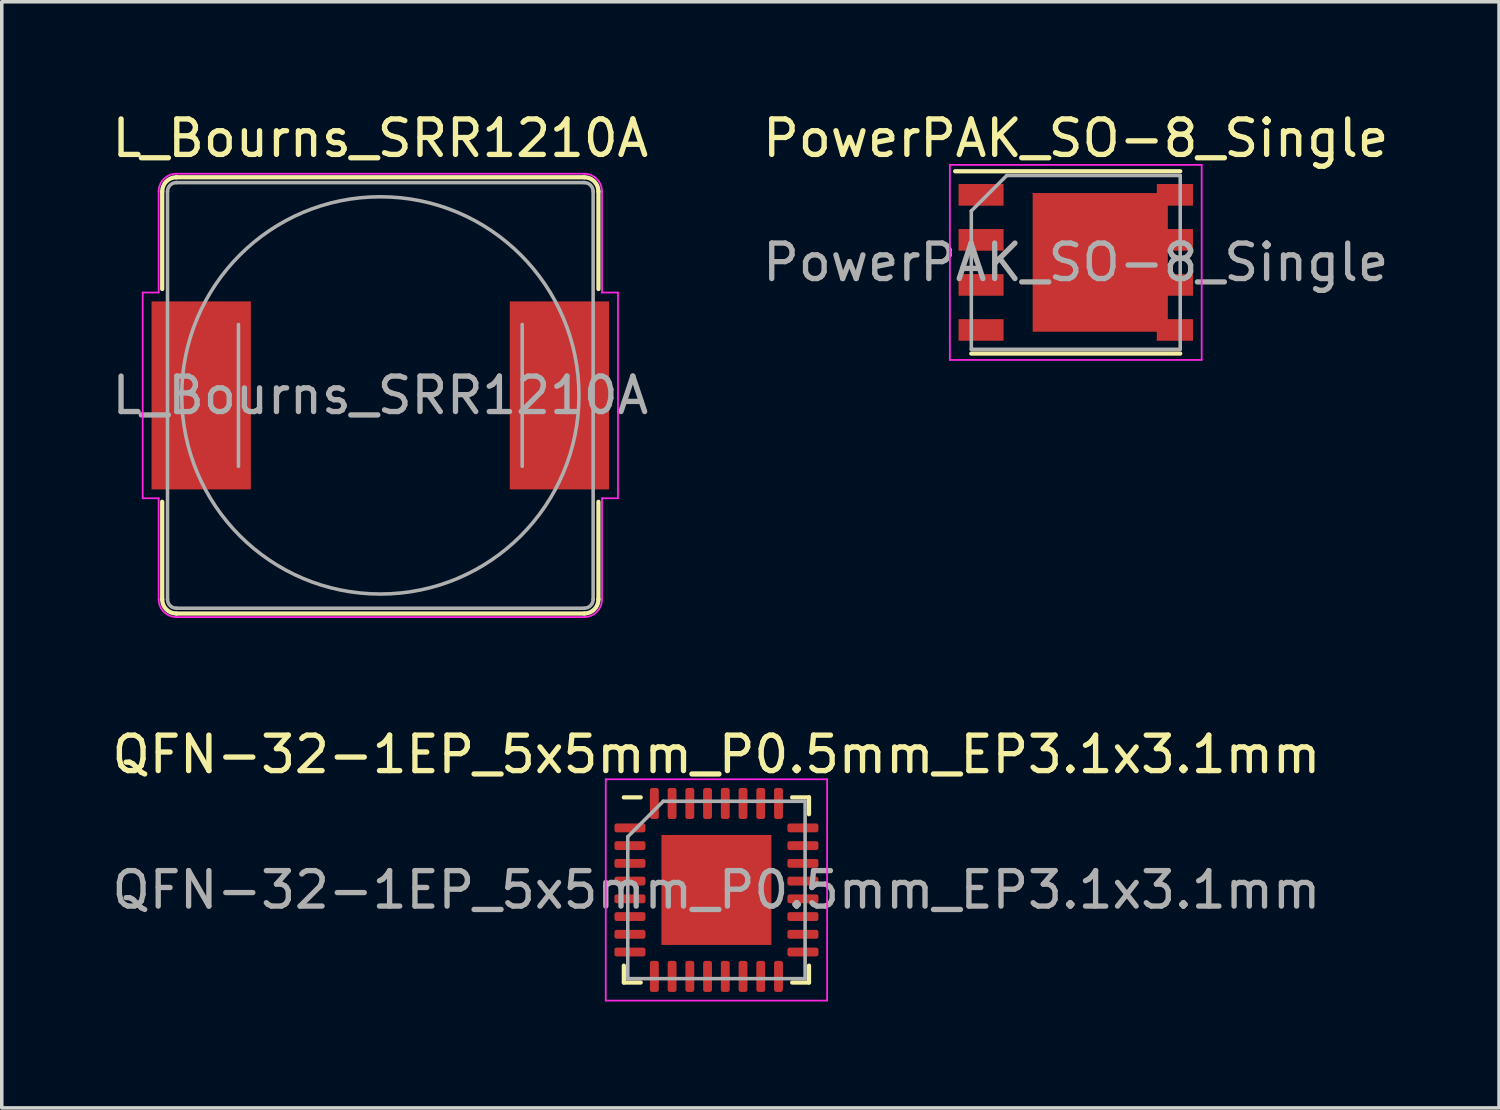
<source format=kicad_pcb>
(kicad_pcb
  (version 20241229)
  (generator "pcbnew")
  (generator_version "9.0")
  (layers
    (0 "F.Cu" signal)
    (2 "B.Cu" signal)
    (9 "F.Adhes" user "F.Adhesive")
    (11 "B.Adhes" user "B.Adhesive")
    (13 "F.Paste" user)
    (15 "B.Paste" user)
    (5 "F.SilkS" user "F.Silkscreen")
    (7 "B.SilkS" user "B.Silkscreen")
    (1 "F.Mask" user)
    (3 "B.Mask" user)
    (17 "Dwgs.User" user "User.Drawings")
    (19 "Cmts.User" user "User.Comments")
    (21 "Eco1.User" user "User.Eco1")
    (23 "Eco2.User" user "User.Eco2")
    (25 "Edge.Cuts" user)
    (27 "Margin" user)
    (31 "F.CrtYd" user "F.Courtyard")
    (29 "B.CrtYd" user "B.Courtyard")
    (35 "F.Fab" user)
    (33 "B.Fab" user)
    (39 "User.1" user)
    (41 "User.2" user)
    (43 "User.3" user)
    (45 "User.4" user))
  (footprint "L_Bourns_SRR1210A"
    (layer "F.Cu")
    (at 7.673 8.098)
    (property "Reference" "L_Bourns_SRR1210A" (at 0 -7.25 0) (layer "F.SilkS") (effects (font (size 1 1) (thickness 0.15))))
    (attr smd)
    (fp_line (start -6.15 -5.75) (end -6.15 -3) (stroke (width 0.12) (type solid)) (layer "F.SilkS"))
    (fp_line (start -6.15 3) (end -6.15 5.75) (stroke (width 0.12) (type solid)) (layer "F.SilkS"))
    (fp_line (start -5.75 -6.15) (end 5.75 -6.15) (stroke (width 0.12) (type solid)) (layer "F.SilkS"))
    (fp_line (start 5.75 6.15) (end -5.75 6.15) (stroke (width 0.12) (type solid)) (layer "F.SilkS"))
    (fp_line (start 6.15 -5.75) (end 6.15 -3) (stroke (width 0.12) (type solid)) (layer "F.SilkS"))
    (fp_line (start 6.15 3) (end 6.15 5.75) (stroke (width 0.12) (type solid)) (layer "F.SilkS"))
    (fp_arc (start -6.15 -5.75) (mid -6.032843 -6.032843) (end -5.75 -6.15) (stroke (width 0.12) (type solid)) (layer "F.SilkS"))
    (fp_arc (start -5.75 6.15) (mid -6.032843 6.032843) (end -6.15 5.75) (stroke (width 0.12) (type solid)) (layer "F.SilkS"))
    (fp_arc (start 5.75 -6.15) (mid 6.032843 -6.032843) (end 6.15 -5.75) (stroke (width 0.12) (type solid)) (layer "F.SilkS"))
    (fp_arc (start 6.15 5.75) (mid 6.032843 6.032843) (end 5.75 6.15) (stroke (width 0.12) (type solid)) (layer "F.SilkS"))
    (fp_line (start -6.7 -2.9) (end -6.7 2.9) (stroke (width 0.05) (type solid)) (layer "F.CrtYd"))
    (fp_line (start -6.7 -2.9) (end -6.25 -2.9) (stroke (width 0.05) (type solid)) (layer "F.CrtYd"))
    (fp_line (start -6.25 -5.75) (end -6.25 -2.9) (stroke (width 0.05) (type solid)) (layer "F.CrtYd"))
    (fp_line (start -6.25 2.9) (end -6.7 2.9) (stroke (width 0.05) (type solid)) (layer "F.CrtYd"))
    (fp_line (start -6.25 5.75) (end -6.25 2.9) (stroke (width 0.05) (type solid)) (layer "F.CrtYd"))
    (fp_line (start -5.75 -6.25) (end 5.75 -6.25) (stroke (width 0.05) (type solid)) (layer "F.CrtYd"))
    (fp_line (start 5.75 6.25) (end -5.75 6.25) (stroke (width 0.05) (type solid)) (layer "F.CrtYd"))
    (fp_line (start 6.25 -5.75) (end 6.25 -2.9) (stroke (width 0.05) (type solid)) (layer "F.CrtYd"))
    (fp_line (start 6.25 2.9) (end 6.25 5.75) (stroke (width 0.05) (type solid)) (layer "F.CrtYd"))
    (fp_line (start 6.7 -2.9) (end 6.25 -2.9) (stroke (width 0.05) (type solid)) (layer "F.CrtYd"))
    (fp_line (start 6.7 -2.9) (end 6.7 2.9) (stroke (width 0.05) (type solid)) (layer "F.CrtYd"))
    (fp_line (start 6.7 2.9) (end 6.25 2.9) (stroke (width 0.05) (type solid)) (layer "F.CrtYd"))
    (fp_arc (start -6.25 -5.75) (mid -6.103553 -6.103553) (end -5.75 -6.25) (stroke (width 0.05) (type solid)) (layer "F.CrtYd"))
    (fp_arc (start -5.75 6.25) (mid -6.103553 6.103553) (end -6.25 5.75) (stroke (width 0.05) (type solid)) (layer "F.CrtYd"))
    (fp_arc (start 5.75 -6.25) (mid 6.103553 -6.103553) (end 6.25 -5.75) (stroke (width 0.05) (type solid)) (layer "F.CrtYd"))
    (fp_arc (start 6.25 5.75) (mid 6.103553 6.103553) (end 5.75 6.25) (stroke (width 0.05) (type solid)) (layer "F.CrtYd"))
    (fp_line (start -6 -5.75) (end -6 5.75) (stroke (width 0.1) (type solid)) (layer "F.Fab"))
    (fp_line (start -5.75 -6) (end 5.75 -6) (stroke (width 0.1) (type solid)) (layer "F.Fab"))
    (fp_line (start -4 2) (end -4 -2) (stroke (width 0.1) (type solid)) (layer "F.Fab"))
    (fp_line (start 4 -2) (end 4 2) (stroke (width 0.1) (type solid)) (layer "F.Fab"))
    (fp_line (start 5.75 6) (end -5.75 6) (stroke (width 0.1) (type solid)) (layer "F.Fab"))
    (fp_line (start 6 -5.75) (end 6 5.75) (stroke (width 0.1) (type solid)) (layer "F.Fab"))
    (fp_arc (start -6 -5.75) (mid -5.926777 -5.926777) (end -5.75 -6) (stroke (width 0.1) (type solid)) (layer "F.Fab"))
    (fp_arc (start -5.75 6) (mid -5.926777 5.926777) (end -6 5.75) (stroke (width 0.1) (type solid)) (layer "F.Fab"))
    (fp_arc (start 5.75 -6) (mid 5.926777 -5.926777) (end 6 -5.75) (stroke (width 0.1) (type solid)) (layer "F.Fab"))
    (fp_arc (start 6 5.75) (mid 5.926777 5.926777) (end 5.75 6) (stroke (width 0.1) (type solid)) (layer "F.Fab"))
    (fp_circle (center 0 0) (end 0 -5.6) (stroke (width 0.1) (type solid)) (fill no) (layer "F.Fab"))
    (fp_text user "${REFERENCE}" (at 0 0 0) (layer "F.Fab") (effects (font (size 1 1) (thickness 0.15))))
    (pad "1" smd rect (at -5.05 0) (size 2.8 5.3) (layers "F.Cu" "F.Mask" "F.Paste"))
    (pad "2" smd rect (at 5.05 0) (size 2.8 5.3) (layers "F.Cu" "F.Mask" "F.Paste")))
  (footprint "QFN-32-1EP_5x5mm_P0.5mm_EP3.1x3.1mm"
    (layer "F.Cu")
    (at 17.149 22.041)
    (property "Reference" "QFN-32-1EP_5x5mm_P0.5mm_EP3.1x3.1mm" (at 0 -3.82 0) (layer "F.SilkS") (effects (font (size 1 1) (thickness 0.15))))
    (attr smd)
    (fp_line (start -2.61 2.61) (end -2.61 2.135) (stroke (width 0.12) (type solid)) (layer "F.SilkS"))
    (fp_line (start -2.135 -2.61) (end -2.61 -2.61) (stroke (width 0.12) (type solid)) (layer "F.SilkS"))
    (fp_line (start -2.135 2.61) (end -2.61 2.61) (stroke (width 0.12) (type solid)) (layer "F.SilkS"))
    (fp_line (start 2.135 -2.61) (end 2.61 -2.61) (stroke (width 0.12) (type solid)) (layer "F.SilkS"))
    (fp_line (start 2.135 2.61) (end 2.61 2.61) (stroke (width 0.12) (type solid)) (layer "F.SilkS"))
    (fp_line (start 2.61 -2.61) (end 2.61 -2.135) (stroke (width 0.12) (type solid)) (layer "F.SilkS"))
    (fp_line (start 2.61 2.61) (end 2.61 2.135) (stroke (width 0.12) (type solid)) (layer "F.SilkS"))
    (fp_line (start -3.12 -3.12) (end -3.12 3.12) (stroke (width 0.05) (type solid)) (layer "F.CrtYd"))
    (fp_line (start -3.12 3.12) (end 3.12 3.12) (stroke (width 0.05) (type solid)) (layer "F.CrtYd"))
    (fp_line (start 3.12 -3.12) (end -3.12 -3.12) (stroke (width 0.05) (type solid)) (layer "F.CrtYd"))
    (fp_line (start 3.12 3.12) (end 3.12 -3.12) (stroke (width 0.05) (type solid)) (layer "F.CrtYd"))
    (fp_line (start -2.5 -1.5) (end -1.5 -2.5) (stroke (width 0.1) (type solid)) (layer "F.Fab"))
    (fp_line (start -2.5 2.5) (end -2.5 -1.5) (stroke (width 0.1) (type solid)) (layer "F.Fab"))
    (fp_line (start -1.5 -2.5) (end 2.5 -2.5) (stroke (width 0.1) (type solid)) (layer "F.Fab"))
    (fp_line (start 2.5 -2.5) (end 2.5 2.5) (stroke (width 0.1) (type solid)) (layer "F.Fab"))
    (fp_line (start 2.5 2.5) (end -2.5 2.5) (stroke (width 0.1) (type solid)) (layer "F.Fab"))
    (fp_text user "${REFERENCE}" (at 0 0 0) (layer "F.Fab") (effects (font (size 1 1) (thickness 0.15))))
    (pad "" smd roundrect (at -1.03 -1.03) (size 0.83 0.83) (layers "F.Paste") (roundrect_rratio 0.25))
    (pad "" smd roundrect (at -1.03 0) (size 0.83 0.83) (layers "F.Paste") (roundrect_rratio 0.25))
    (pad "" smd roundrect (at -1.03 1.03) (size 0.83 0.83) (layers "F.Paste") (roundrect_rratio 0.25))
    (pad "" smd roundrect (at 0 -1.03) (size 0.83 0.83) (layers "F.Paste") (roundrect_rratio 0.25))
    (pad "" smd roundrect (at 0 0) (size 0.83 0.83) (layers "F.Paste") (roundrect_rratio 0.25))
    (pad "" smd roundrect (at 0 1.03) (size 0.83 0.83) (layers "F.Paste") (roundrect_rratio 0.25))
    (pad "" smd roundrect (at 1.03 -1.03) (size 0.83 0.83) (layers "F.Paste") (roundrect_rratio 0.25))
    (pad "" smd roundrect (at 1.03 0) (size 0.83 0.83) (layers "F.Paste") (roundrect_rratio 0.25))
    (pad "" smd roundrect (at 1.03 1.03) (size 0.83 0.83) (layers "F.Paste") (roundrect_rratio 0.25))
    (pad "1" smd roundrect (at -2.438 -1.75) (size 0.875 0.25) (layers "F.Cu" "F.Mask" "F.Paste") (roundrect_rratio 0.25))
    (pad "2" smd roundrect (at -2.438 -1.25) (size 0.875 0.25) (layers "F.Cu" "F.Mask" "F.Paste") (roundrect_rratio 0.25))
    (pad "3" smd roundrect (at -2.438 -0.75) (size 0.875 0.25) (layers "F.Cu" "F.Mask" "F.Paste") (roundrect_rratio 0.25))
    (pad "4" smd roundrect (at -2.438 -0.25) (size 0.875 0.25) (layers "F.Cu" "F.Mask" "F.Paste") (roundrect_rratio 0.25))
    (pad "5" smd roundrect (at -2.438 0.25) (size 0.875 0.25) (layers "F.Cu" "F.Mask" "F.Paste") (roundrect_rratio 0.25))
    (pad "6" smd roundrect (at -2.438 0.75) (size 0.875 0.25) (layers "F.Cu" "F.Mask" "F.Paste") (roundrect_rratio 0.25))
    (pad "7" smd roundrect (at -2.438 1.25) (size 0.875 0.25) (layers "F.Cu" "F.Mask" "F.Paste") (roundrect_rratio 0.25))
    (pad "8" smd roundrect (at -2.438 1.75) (size 0.875 0.25) (layers "F.Cu" "F.Mask" "F.Paste") (roundrect_rratio 0.25))
    (pad "9" smd roundrect (at -1.75 2.438) (size 0.25 0.875) (layers "F.Cu" "F.Mask" "F.Paste") (roundrect_rratio 0.25))
    (pad "10" smd roundrect (at -1.25 2.438) (size 0.25 0.875) (layers "F.Cu" "F.Mask" "F.Paste") (roundrect_rratio 0.25))
    (pad "11" smd roundrect (at -0.75 2.438) (size 0.25 0.875) (layers "F.Cu" "F.Mask" "F.Paste") (roundrect_rratio 0.25))
    (pad "12" smd roundrect (at -0.25 2.438) (size 0.25 0.875) (layers "F.Cu" "F.Mask" "F.Paste") (roundrect_rratio 0.25))
    (pad "13" smd roundrect (at 0.25 2.438) (size 0.25 0.875) (layers "F.Cu" "F.Mask" "F.Paste") (roundrect_rratio 0.25))
    (pad "14" smd roundrect (at 0.75 2.438) (size 0.25 0.875) (layers "F.Cu" "F.Mask" "F.Paste") (roundrect_rratio 0.25))
    (pad "15" smd roundrect (at 1.25 2.438) (size 0.25 0.875) (layers "F.Cu" "F.Mask" "F.Paste") (roundrect_rratio 0.25))
    (pad "16" smd roundrect (at 1.75 2.438) (size 0.25 0.875) (layers "F.Cu" "F.Mask" "F.Paste") (roundrect_rratio 0.25))
    (pad "17" smd roundrect (at 2.438 1.75) (size 0.875 0.25) (layers "F.Cu" "F.Mask" "F.Paste") (roundrect_rratio 0.25))
    (pad "18" smd roundrect (at 2.438 1.25) (size 0.875 0.25) (layers "F.Cu" "F.Mask" "F.Paste") (roundrect_rratio 0.25))
    (pad "19" smd roundrect (at 2.438 0.75) (size 0.875 0.25) (layers "F.Cu" "F.Mask" "F.Paste") (roundrect_rratio 0.25))
    (pad "20" smd roundrect (at 2.438 0.25) (size 0.875 0.25) (layers "F.Cu" "F.Mask" "F.Paste") (roundrect_rratio 0.25))
    (pad "21" smd roundrect (at 2.438 -0.25) (size 0.875 0.25) (layers "F.Cu" "F.Mask" "F.Paste") (roundrect_rratio 0.25))
    (pad "22" smd roundrect (at 2.438 -0.75) (size 0.875 0.25) (layers "F.Cu" "F.Mask" "F.Paste") (roundrect_rratio 0.25))
    (pad "23" smd roundrect (at 2.438 -1.25) (size 0.875 0.25) (layers "F.Cu" "F.Mask" "F.Paste") (roundrect_rratio 0.25))
    (pad "24" smd roundrect (at 2.438 -1.75) (size 0.875 0.25) (layers "F.Cu" "F.Mask" "F.Paste") (roundrect_rratio 0.25))
    (pad "25" smd roundrect (at 1.75 -2.438) (size 0.25 0.875) (layers "F.Cu" "F.Mask" "F.Paste") (roundrect_rratio 0.25))
    (pad "26" smd roundrect (at 1.25 -2.438) (size 0.25 0.875) (layers "F.Cu" "F.Mask" "F.Paste") (roundrect_rratio 0.25))
    (pad "27" smd roundrect (at 0.75 -2.438) (size 0.25 0.875) (layers "F.Cu" "F.Mask" "F.Paste") (roundrect_rratio 0.25))
    (pad "28" smd roundrect (at 0.25 -2.438) (size 0.25 0.875) (layers "F.Cu" "F.Mask" "F.Paste") (roundrect_rratio 0.25))
    (pad "29" smd roundrect (at -0.25 -2.438) (size 0.25 0.875) (layers "F.Cu" "F.Mask" "F.Paste") (roundrect_rratio 0.25))
    (pad "30" smd roundrect (at -0.75 -2.438) (size 0.25 0.875) (layers "F.Cu" "F.Mask" "F.Paste") (roundrect_rratio 0.25))
    (pad "31" smd roundrect (at -1.25 -2.438) (size 0.25 0.875) (layers "F.Cu" "F.Mask" "F.Paste") (roundrect_rratio 0.25))
    (pad "32" smd roundrect (at -1.75 -2.438) (size 0.25 0.875) (layers "F.Cu" "F.Mask" "F.Paste") (roundrect_rratio 0.25))
    (pad "33" smd rect (at 0 0) (size 3.1 3.1) (layers "F.Cu" "F.Mask")))
  (footprint "PowerPAK_SO-8_Single"
    (layer "F.Cu")
    (at 27.28 4.348)
    (property "Reference" "PowerPAK_SO-8_Single" (at 0 -3.5 0) (layer "F.SilkS") (effects (font (size 1 1) (thickness 0.15))))
    (attr smd)
    (fp_line (start -3.4 -2.57) (end 2.945 -2.57) (stroke (width 0.12) (type solid)) (layer "F.SilkS"))
    (fp_line (start -2.945 2.57) (end 2.945 2.57) (stroke (width 0.12) (type solid)) (layer "F.SilkS"))
    (fp_line (start -3.55 -2.75) (end -3.55 2.75) (stroke (width 0.05) (type solid)) (layer "F.CrtYd"))
    (fp_line (start -3.55 -2.75) (end 3.55 -2.75) (stroke (width 0.05) (type solid)) (layer "F.CrtYd"))
    (fp_line (start -3.55 2.75) (end 3.55 2.75) (stroke (width 0.05) (type solid)) (layer "F.CrtYd"))
    (fp_line (start 3.55 -2.75) (end 3.55 2.75) (stroke (width 0.05) (type solid)) (layer "F.CrtYd"))
    (fp_line (start -2.945 2.45) (end -2.945 -1.45) (stroke (width 0.1) (type solid)) (layer "F.Fab"))
    (fp_line (start -1.945 -2.45) (end -2.945 -1.45) (stroke (width 0.1) (type solid)) (layer "F.Fab"))
    (fp_line (start -1.945 -2.45) (end 2.945 -2.45) (stroke (width 0.1) (type solid)) (layer "F.Fab"))
    (fp_line (start 2.945 -2.45) (end 2.945 2.45) (stroke (width 0.1) (type solid)) (layer "F.Fab"))
    (fp_line (start 2.945 2.45) (end -2.945 2.45) (stroke (width 0.1) (type solid)) (layer "F.Fab"))
    (fp_text user "${REFERENCE}" (at 0 0 0) (layer "F.Fab") (effects (font (size 1 1) (thickness 0.15))))
    (pad "1" smd rect (at -2.67 -1.905) (size 1.27 0.61) (layers "F.Cu" "F.Mask" "F.Paste"))
    (pad "2" smd rect (at -2.67 -0.635) (size 1.27 0.61) (layers "F.Cu" "F.Mask" "F.Paste"))
    (pad "3" smd rect (at -2.67 0.635) (size 1.27 0.61) (layers "F.Cu" "F.Mask" "F.Paste"))
    (pad "4" smd rect (at -2.67 1.905) (size 1.27 0.61) (layers "F.Cu" "F.Mask" "F.Paste"))
    (pad "5" smd rect (at 0.69 0) (size 3.81 3.91) (layers "F.Cu" "F.Mask" "F.Paste"))
    (pad "5" smd rect (at 2.795 -1.905) (size 1.02 0.61) (layers "F.Cu" "F.Mask" "F.Paste"))
    (pad "5" smd rect (at 2.795 -0.635) (size 1.02 0.61) (layers "F.Cu" "F.Mask" "F.Paste"))
    (pad "5" smd rect (at 2.795 0.635) (size 1.02 0.61) (layers "F.Cu" "F.Mask" "F.Paste"))
    (pad "5" smd rect (at 2.795 1.905) (size 1.02 0.61) (layers "F.Cu" "F.Mask" "F.Paste")))
  (gr_rect
    (start -3 -3)
    (end 39.214 28.186)
    (stroke (width 0.1) (type default))
    (fill no)
    (layer "Edge.Cuts")))
</source>
